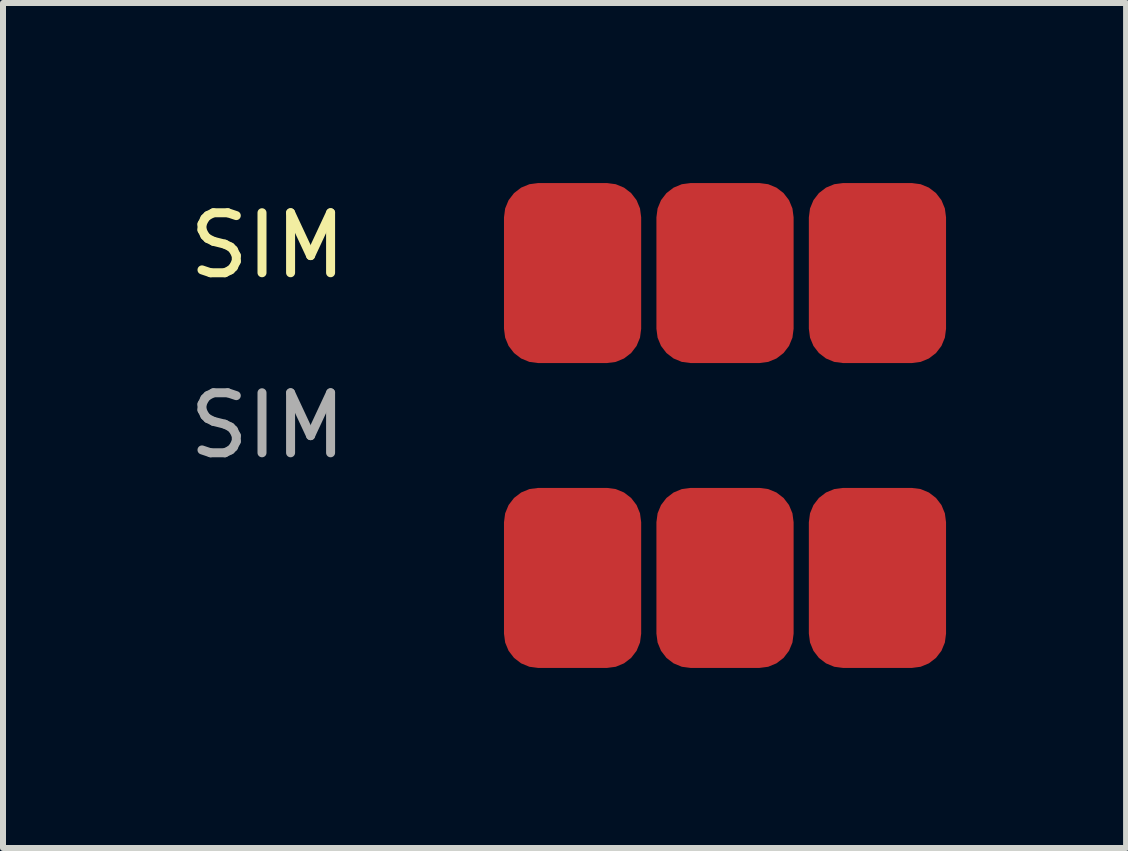
<source format=kicad_pcb>
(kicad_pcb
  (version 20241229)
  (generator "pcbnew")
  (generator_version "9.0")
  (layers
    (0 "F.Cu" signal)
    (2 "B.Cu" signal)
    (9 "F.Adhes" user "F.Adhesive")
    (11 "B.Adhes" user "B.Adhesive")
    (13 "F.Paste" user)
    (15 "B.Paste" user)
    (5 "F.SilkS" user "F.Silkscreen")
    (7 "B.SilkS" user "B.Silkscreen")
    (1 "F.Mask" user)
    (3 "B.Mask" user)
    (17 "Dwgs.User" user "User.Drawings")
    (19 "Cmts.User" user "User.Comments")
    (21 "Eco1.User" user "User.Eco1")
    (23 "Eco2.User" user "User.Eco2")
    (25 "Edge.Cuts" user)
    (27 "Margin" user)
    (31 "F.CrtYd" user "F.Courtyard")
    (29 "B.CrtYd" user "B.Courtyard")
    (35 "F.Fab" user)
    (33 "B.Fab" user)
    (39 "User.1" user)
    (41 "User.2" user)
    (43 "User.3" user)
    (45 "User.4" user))
  (footprint "SIM"
    (layer "F.Cu")
    (at 6.491 1.5)
    (property "Reference" "SIM" (at -5.08 -0.46 0) (unlocked yes) (layer "F.SilkS") (effects (font (size 1 1) (thickness 0.15))))
    (attr smd)
    (fp_text user "${REFERENCE}" (at -5.08 2.54 0) (unlocked yes) (layer "F.Fab") (effects (font (size 1 1) (thickness 0.15))))
    (pad "1" smd roundrect (at 0 0) (size 2.286 3) (layers "F.Cu" "F.Mask" "F.Paste") (roundrect_rratio 0.25))
    (pad "2" smd roundrect (at 2.54 0) (size 2.286 3) (layers "F.Cu" "F.Mask" "F.Paste") (roundrect_rratio 0.25))
    (pad "3" smd roundrect (at 5.08 0) (size 2.286 3) (layers "F.Cu" "F.Mask" "F.Paste") (roundrect_rratio 0.25))
    (pad "4" smd roundrect (at 0 5.08) (size 2.286 3) (layers "F.Cu" "F.Mask" "F.Paste") (roundrect_rratio 0.25))
    (pad "5" smd roundrect (at 2.54 5.08) (size 2.286 3) (layers "F.Cu" "F.Mask" "F.Paste") (roundrect_rratio 0.25))
    (pad "6" smd roundrect (at 5.08 5.08) (size 2.286 3) (layers "F.Cu" "F.Mask" "F.Paste") (roundrect_rratio 0.25)))
  (gr_rect
    (start -3 -3)
    (end 15.714 11.08)
    (stroke (width 0.1) (type default))
    (fill no)
    (layer "Edge.Cuts")))
</source>
